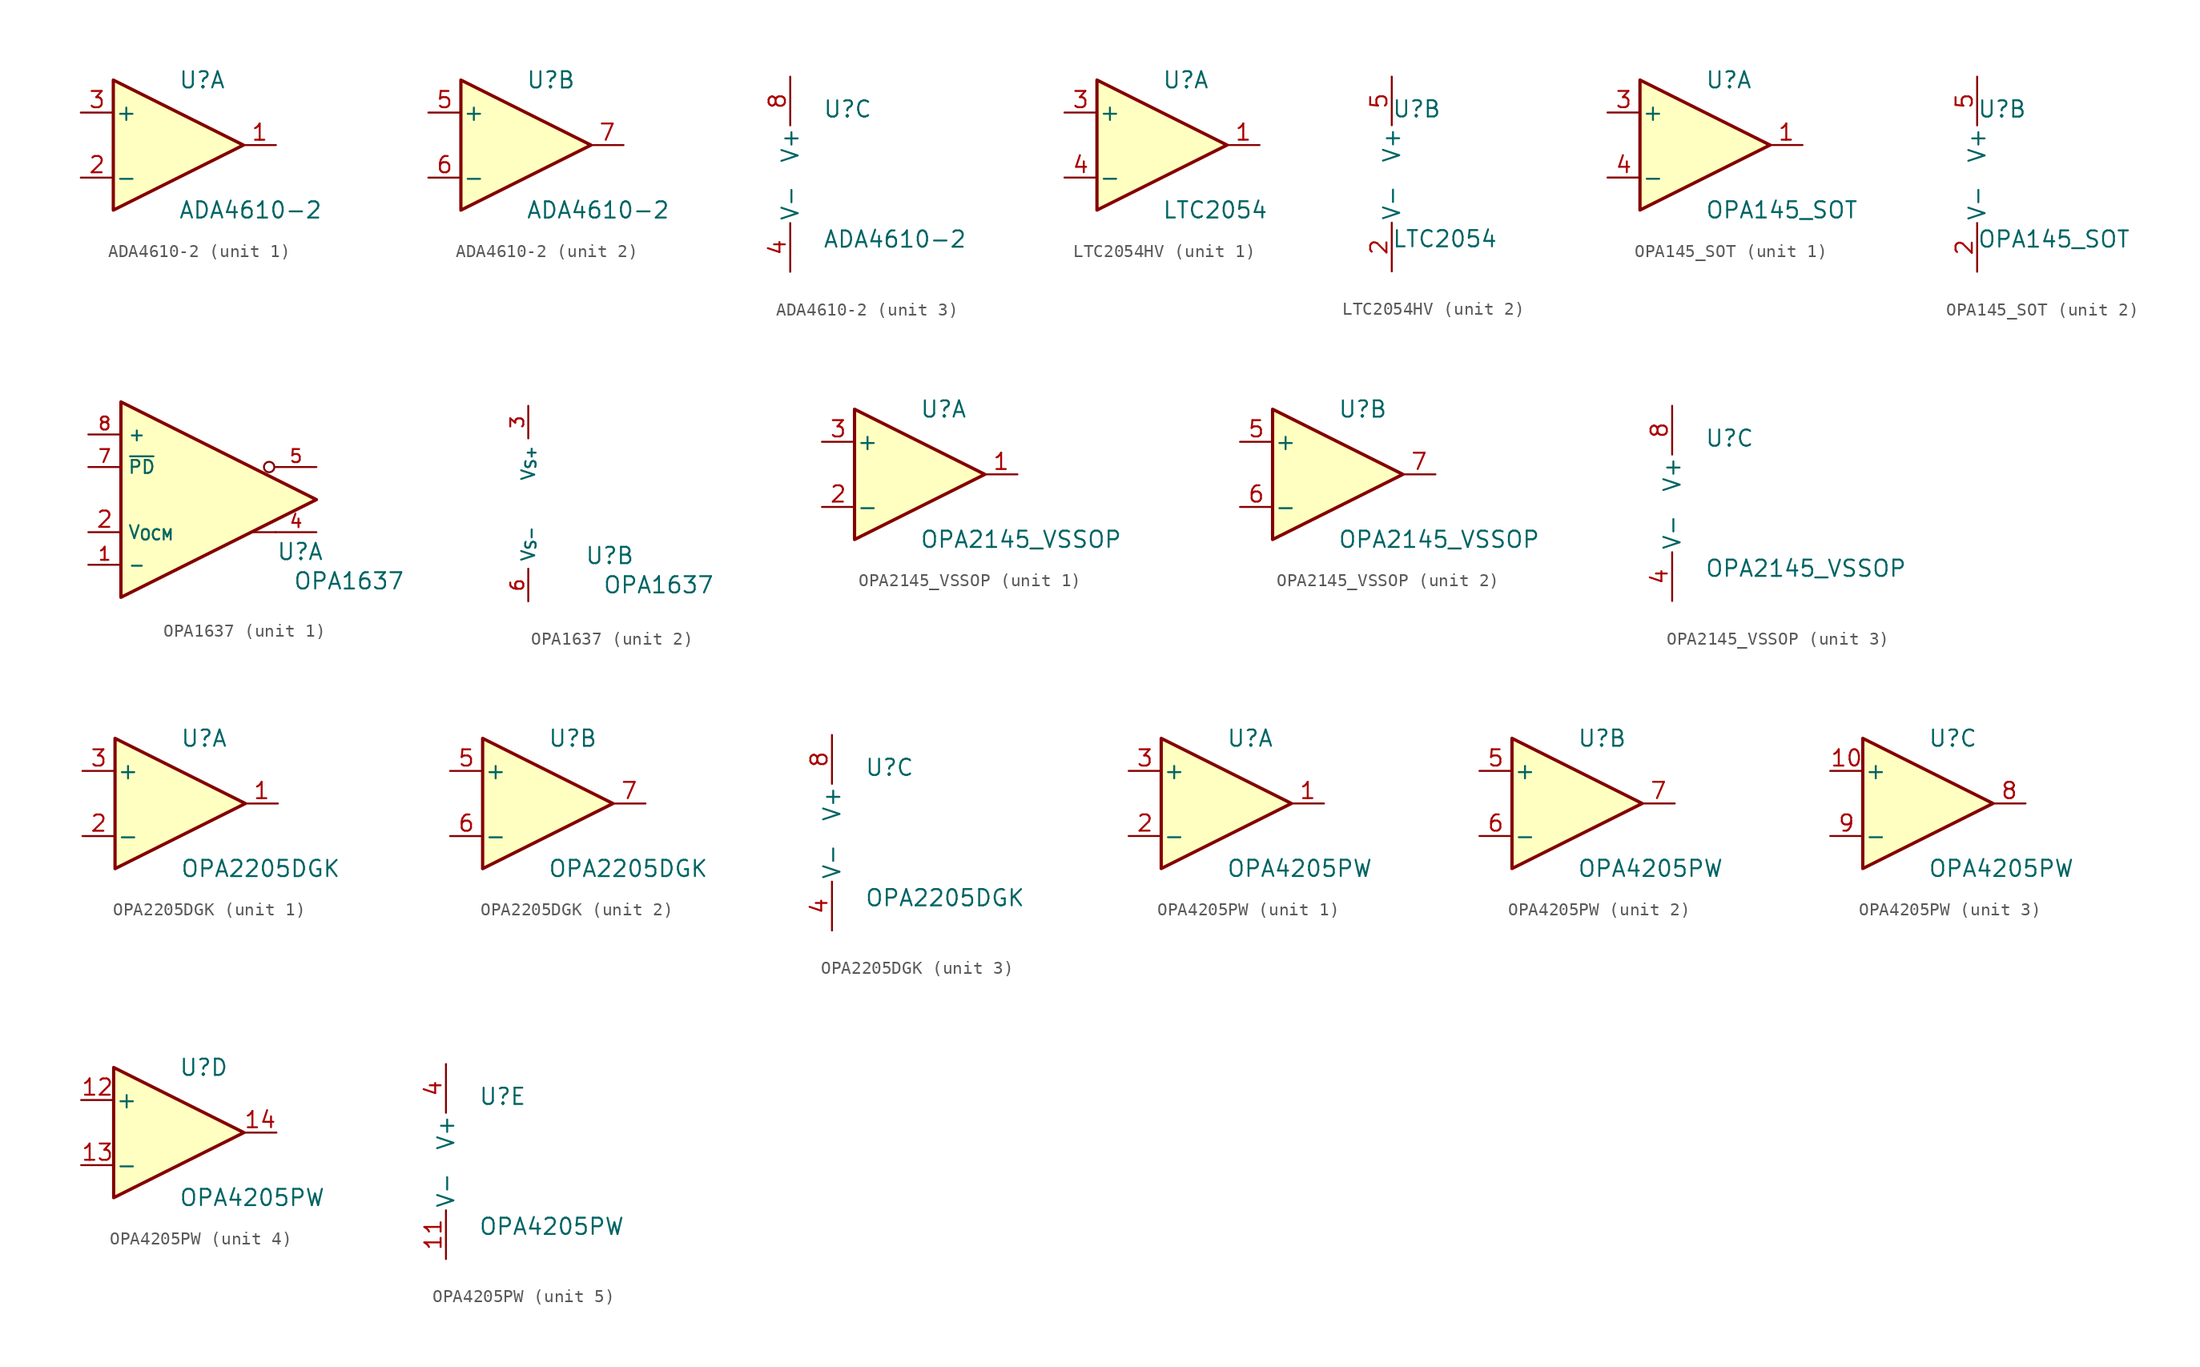
<source format=kicad_sym>
(kicad_symbol_lib
  (version 20241209)
  (generator "kicad_symbol_editor")
  (generator_version "9.0")
  (symbol "ADA4610-2"
    (pin_names
      (offset 0.127))
    (property "Reference" "U"
      (at 0 5.08 0)
      (effects (font (size 1.27 1.27)) (justify left)))
    (property "Value" "ADA4610-2"
      (at 0 -5.08 0)
      (effects (font (size 1.27 1.27)) (justify left)))
    (property "ki_locked" ""
      (at 0 0 0)
      (effects (font (size 1.27 1.27))))
    (symbol "ADA4610-2_1_1"
      (polyline (pts (xy -5.08 5.08) (xy 5.08 0) (xy -5.08 -5.08) (xy -5.08 5.08)) (stroke (width 0.254) (type default)) (fill (type background)))
      (pin input line (at -7.62 2.54 0) (length 2.54) (name "+" (effects (font (size 1.27 1.27)))) (number "3" (effects (font (size 1.27 1.27)))))
      (pin input line (at -7.62 -2.54 0) (length 2.54) (name "-" (effects (font (size 1.27 1.27)))) (number "2" (effects (font (size 1.27 1.27)))))
      (pin output line (at 7.62 0 180) (length 2.54) (name "~" (effects (font (size 1.27 1.27)))) (number "1" (effects (font (size 1.27 1.27))))))
    (symbol "ADA4610-2_2_1"
      (polyline (pts (xy -5.08 5.08) (xy 5.08 0) (xy -5.08 -5.08) (xy -5.08 5.08)) (stroke (width 0.254) (type default)) (fill (type background)))
      (pin input line (at -7.62 2.54 0) (length 2.54) (name "+" (effects (font (size 1.27 1.27)))) (number "5" (effects (font (size 1.27 1.27)))))
      (pin input line (at -7.62 -2.54 0) (length 2.54) (name "-" (effects (font (size 1.27 1.27)))) (number "6" (effects (font (size 1.27 1.27)))))
      (pin output line (at 7.62 0 180) (length 2.54) (name "~" (effects (font (size 1.27 1.27)))) (number "7" (effects (font (size 1.27 1.27))))))
    (symbol "ADA4610-2_3_1"
      (pin power_in line (at -2.54 7.62 270) (length 3.81) (name "V+" (effects (font (size 1.27 1.27)))) (number "8" (effects (font (size 1.27 1.27)))))
      (pin power_in line (at -2.54 -7.62 90) (length 3.81) (name "V-" (effects (font (size 1.27 1.27)))) (number "4" (effects (font (size 1.27 1.27)))))))
  (symbol "LTC2054HV"
    (pin_names
      (offset 0.127))
    (property "Reference" "U"
      (at 0 5.08 0)
      (effects (font (size 1.27 1.27)) (justify left)))
    (property "Value" "LTC2054"
      (at 0 -5.08 0)
      (effects (font (size 1.27 1.27)) (justify left)))
    (property "ki_locked" ""
      (at 0 0 0)
      (effects (font (size 1.27 1.27))))
    (symbol "LTC2054HV_1_1"
      (polyline (pts (xy -5.08 5.08) (xy 5.08 0) (xy -5.08 -5.08) (xy -5.08 5.08)) (stroke (width 0.254) (type default)) (fill (type background)))
      (pin input line (at -7.62 2.54 0) (length 2.54) (name "+" (effects (font (size 1.27 1.27)))) (number "3" (effects (font (size 1.27 1.27)))))
      (pin input line (at -7.62 -2.54 0) (length 2.54) (name "-" (effects (font (size 1.27 1.27)))) (number "4" (effects (font (size 1.27 1.27)))))
      (pin output line (at 7.62 0 180) (length 2.54) (name "~" (effects (font (size 1.27 1.27)))) (number "1" (effects (font (size 1.27 1.27))))))
    (symbol "LTC2054HV_2_1"
      (pin power_in line (at 0 7.62 270) (length 3.81) (name "V+" (effects (font (size 1.27 1.27)))) (number "5" (effects (font (size 1.27 1.27)))))
      (pin power_in line (at 0 -7.62 90) (length 3.81) (name "V-" (effects (font (size 1.27 1.27)))) (number "2" (effects (font (size 1.27 1.27)))))))
  (symbol "OPA145_SOT"
    (pin_names
      (offset 0.127))
    (property "Reference" "U"
      (at 0 5.08 0)
      (effects (font (size 1.27 1.27)) (justify left)))
    (property "Value" "OPA145_SOT"
      (at 0 -5.08 0)
      (effects (font (size 1.27 1.27)) (justify left)))
    (property "ki_locked" ""
      (at 0 0 0)
      (effects (font (size 1.27 1.27))))
    (symbol "OPA145_SOT_1_1"
      (polyline (pts (xy -5.08 5.08) (xy 5.08 0) (xy -5.08 -5.08) (xy -5.08 5.08)) (stroke (width 0.254) (type default)) (fill (type background)))
      (pin input line (at -7.62 2.54 0) (length 2.54) (name "+" (effects (font (size 1.27 1.27)))) (number "3" (effects (font (size 1.27 1.27)))))
      (pin input line (at -7.62 -2.54 0) (length 2.54) (name "-" (effects (font (size 1.27 1.27)))) (number "4" (effects (font (size 1.27 1.27)))))
      (pin output line (at 7.62 0 180) (length 2.54) (name "~" (effects (font (size 1.27 1.27)))) (number "1" (effects (font (size 1.27 1.27))))))
    (symbol "OPA145_SOT_2_1"
      (pin power_in line (at 0 7.62 270) (length 3.81) (name "V+" (effects (font (size 1.27 1.27)))) (number "5" (effects (font (size 1.27 1.27)))))
      (pin power_in line (at 0 -7.62 90) (length 3.81) (name "V-" (effects (font (size 1.27 1.27)))) (number "2" (effects (font (size 1.27 1.27)))))))
  (symbol "OPA1637"
    (property "Reference" "U"
      (at 6.35 -4.064 0)
      (effects (font (size 1.27 1.27))))
    (property "Value" "OPA1637"
      (at 10.16 -6.35 0)
      (effects (font (size 1.27 1.27))))
    (property "ki_locked" ""
      (at 0 0 0)
      (effects (font (size 1.27 1.27))))
    (symbol "OPA1637_1_1"
      (polyline (pts (xy -7.62 7.62) (xy -7.62 -7.62) (xy 7.62 0) (xy -7.62 7.62)) (stroke (width 0.254) (type default)) (fill (type background)))
      (circle (center 3.937 2.54) (radius 0.406) (stroke (width 0) (type default)) (fill (type none)))
      (polyline (pts (xy 4.445 -2.54) (xy 2.54 -2.54)) (stroke (width 0) (type default)) (fill (type none)))
      (pin input line (at -10.16 5.08 0) (length 2.54) (name "+" (effects (font (size 1.016 1.016)))) (number "8" (effects (font (size 1.016 1.016)))))
      (pin input line (at -10.16 2.54 0) (length 2.54) (name "~{PD}" (effects (font (size 1.016 1.016)))) (number "7" (effects (font (size 1.016 1.016)))))
      (pin input line (at -10.16 -2.54 0) (length 2.54) (name "V_{OCM}" (effects (font (size 1.016 1.016)))) (number "2" (effects (font (size 1.27 1.27)))))
      (pin input line (at -10.16 -5.08 0) (length 2.54) (name "-" (effects (font (size 1.016 1.016)))) (number "1" (effects (font (size 1.016 1.016)))))
      (pin output line (at 7.62 2.54 180) (length 3.175) (name "" (effects (font (size 1.016 1.016)))) (number "5" (effects (font (size 1.016 1.016)))))
      (pin output line (at 7.62 -2.54 180) (length 3.175) (name "" (effects (font (size 1.016 1.016)))) (number "4" (effects (font (size 1.016 1.016))))))
    (symbol "OPA1637_2_1"
      (pin power_in line (at 0 7.62 270) (length 2.54) (name "V_{S+}" (effects (font (size 1.016 1.016)))) (number "3" (effects (font (size 1.016 1.016)))))
      (pin power_in line (at 0 -7.62 90) (length 2.54) (name "V_{S-}" (effects (font (size 1.016 1.016)))) (number "6" (effects (font (size 1.016 1.016)))))))
  (symbol "OPA2145_VSSOP"
    (pin_names
      (offset 0.127))
    (property "Reference" "U"
      (at 0 5.08 0)
      (effects (font (size 1.27 1.27)) (justify left)))
    (property "Value" "OPA2145_VSSOP"
      (at 0 -5.08 0)
      (effects (font (size 1.27 1.27)) (justify left)))
    (property "ki_locked" ""
      (at 0 0 0)
      (effects (font (size 1.27 1.27))))
    (symbol "OPA2145_VSSOP_1_1"
      (polyline (pts (xy -5.08 5.08) (xy 5.08 0) (xy -5.08 -5.08) (xy -5.08 5.08)) (stroke (width 0.254) (type default)) (fill (type background)))
      (pin input line (at -7.62 2.54 0) (length 2.54) (name "+" (effects (font (size 1.27 1.27)))) (number "3" (effects (font (size 1.27 1.27)))))
      (pin input line (at -7.62 -2.54 0) (length 2.54) (name "-" (effects (font (size 1.27 1.27)))) (number "2" (effects (font (size 1.27 1.27)))))
      (pin output line (at 7.62 0 180) (length 2.54) (name "~" (effects (font (size 1.27 1.27)))) (number "1" (effects (font (size 1.27 1.27))))))
    (symbol "OPA2145_VSSOP_2_1"
      (polyline (pts (xy -5.08 5.08) (xy 5.08 0) (xy -5.08 -5.08) (xy -5.08 5.08)) (stroke (width 0.254) (type default)) (fill (type background)))
      (pin input line (at -7.62 2.54 0) (length 2.54) (name "+" (effects (font (size 1.27 1.27)))) (number "5" (effects (font (size 1.27 1.27)))))
      (pin input line (at -7.62 -2.54 0) (length 2.54) (name "-" (effects (font (size 1.27 1.27)))) (number "6" (effects (font (size 1.27 1.27)))))
      (pin output line (at 7.62 0 180) (length 2.54) (name "~" (effects (font (size 1.27 1.27)))) (number "7" (effects (font (size 1.27 1.27))))))
    (symbol "OPA2145_VSSOP_3_1"
      (pin power_in line (at -2.54 7.62 270) (length 3.81) (name "V+" (effects (font (size 1.27 1.27)))) (number "8" (effects (font (size 1.27 1.27)))))
      (pin power_in line (at -2.54 -7.62 90) (length 3.81) (name "V-" (effects (font (size 1.27 1.27)))) (number "4" (effects (font (size 1.27 1.27)))))))
  (symbol "OPA2205DGK"
    (pin_names
      (offset 0.127))
    (property "Reference" "U"
      (at 0 5.08 0)
      (effects (font (size 1.27 1.27)) (justify left)))
    (property "Value" "OPA2205DGK"
      (at 0 -5.08 0)
      (effects (font (size 1.27 1.27)) (justify left)))
    (property "ki_locked" ""
      (at 0 0 0)
      (effects (font (size 1.27 1.27))))
    (symbol "OPA2205DGK_1_1"
      (polyline (pts (xy -5.08 5.08) (xy 5.08 0) (xy -5.08 -5.08) (xy -5.08 5.08)) (stroke (width 0.254) (type default)) (fill (type background)))
      (pin input line (at -7.62 2.54 0) (length 2.54) (name "+" (effects (font (size 1.27 1.27)))) (number "3" (effects (font (size 1.27 1.27)))))
      (pin input line (at -7.62 -2.54 0) (length 2.54) (name "-" (effects (font (size 1.27 1.27)))) (number "2" (effects (font (size 1.27 1.27)))))
      (pin output line (at 7.62 0 180) (length 2.54) (name "~" (effects (font (size 1.27 1.27)))) (number "1" (effects (font (size 1.27 1.27))))))
    (symbol "OPA2205DGK_2_1"
      (polyline (pts (xy -5.08 5.08) (xy 5.08 0) (xy -5.08 -5.08) (xy -5.08 5.08)) (stroke (width 0.254) (type default)) (fill (type background)))
      (pin input line (at -7.62 2.54 0) (length 2.54) (name "+" (effects (font (size 1.27 1.27)))) (number "5" (effects (font (size 1.27 1.27)))))
      (pin input line (at -7.62 -2.54 0) (length 2.54) (name "-" (effects (font (size 1.27 1.27)))) (number "6" (effects (font (size 1.27 1.27)))))
      (pin output line (at 7.62 0 180) (length 2.54) (name "~" (effects (font (size 1.27 1.27)))) (number "7" (effects (font (size 1.27 1.27))))))
    (symbol "OPA2205DGK_3_1"
      (pin power_in line (at -2.54 7.62 270) (length 3.81) (name "V+" (effects (font (size 1.27 1.27)))) (number "8" (effects (font (size 1.27 1.27)))))
      (pin power_in line (at -2.54 -7.62 90) (length 3.81) (name "V-" (effects (font (size 1.27 1.27)))) (number "4" (effects (font (size 1.27 1.27)))))))
  (symbol "OPA4205PW"
    (pin_names
      (offset 0.127))
    (property "Reference" "U"
      (at 0 5.08 0)
      (effects (font (size 1.27 1.27)) (justify left)))
    (property "Value" "OPA4205PW"
      (at 0 -5.08 0)
      (effects (font (size 1.27 1.27)) (justify left)))
    (property "ki_locked" ""
      (at 0 0 0)
      (effects (font (size 1.27 1.27))))
    (symbol "OPA4205PW_1_1"
      (polyline (pts (xy -5.08 5.08) (xy 5.08 0) (xy -5.08 -5.08) (xy -5.08 5.08)) (stroke (width 0.254) (type default)) (fill (type background)))
      (pin input line (at -7.62 2.54 0) (length 2.54) (name "+" (effects (font (size 1.27 1.27)))) (number "3" (effects (font (size 1.27 1.27)))))
      (pin input line (at -7.62 -2.54 0) (length 2.54) (name "-" (effects (font (size 1.27 1.27)))) (number "2" (effects (font (size 1.27 1.27)))))
      (pin output line (at 7.62 0 180) (length 2.54) (name "~" (effects (font (size 1.27 1.27)))) (number "1" (effects (font (size 1.27 1.27))))))
    (symbol "OPA4205PW_2_1"
      (polyline (pts (xy -5.08 5.08) (xy 5.08 0) (xy -5.08 -5.08) (xy -5.08 5.08)) (stroke (width 0.254) (type default)) (fill (type background)))
      (pin input line (at -7.62 2.54 0) (length 2.54) (name "+" (effects (font (size 1.27 1.27)))) (number "5" (effects (font (size 1.27 1.27)))))
      (pin input line (at -7.62 -2.54 0) (length 2.54) (name "-" (effects (font (size 1.27 1.27)))) (number "6" (effects (font (size 1.27 1.27)))))
      (pin output line (at 7.62 0 180) (length 2.54) (name "~" (effects (font (size 1.27 1.27)))) (number "7" (effects (font (size 1.27 1.27))))))
    (symbol "OPA4205PW_3_1"
      (polyline (pts (xy -5.08 5.08) (xy 5.08 0) (xy -5.08 -5.08) (xy -5.08 5.08)) (stroke (width 0.254) (type default)) (fill (type background)))
      (pin input line (at -7.62 2.54 0) (length 2.54) (name "+" (effects (font (size 1.27 1.27)))) (number "10" (effects (font (size 1.27 1.27)))))
      (pin input line (at -7.62 -2.54 0) (length 2.54) (name "-" (effects (font (size 1.27 1.27)))) (number "9" (effects (font (size 1.27 1.27)))))
      (pin output line (at 7.62 0 180) (length 2.54) (name "~" (effects (font (size 1.27 1.27)))) (number "8" (effects (font (size 1.27 1.27))))))
    (symbol "OPA4205PW_4_1"
      (polyline (pts (xy -5.08 5.08) (xy 5.08 0) (xy -5.08 -5.08) (xy -5.08 5.08)) (stroke (width 0.254) (type default)) (fill (type background)))
      (pin input line (at -7.62 2.54 0) (length 2.54) (name "+" (effects (font (size 1.27 1.27)))) (number "12" (effects (font (size 1.27 1.27)))))
      (pin input line (at -7.62 -2.54 0) (length 2.54) (name "-" (effects (font (size 1.27 1.27)))) (number "13" (effects (font (size 1.27 1.27)))))
      (pin output line (at 7.62 0 180) (length 2.54) (name "~" (effects (font (size 1.27 1.27)))) (number "14" (effects (font (size 1.27 1.27))))))
    (symbol "OPA4205PW_5_1"
      (pin power_in line (at -2.54 7.62 270) (length 3.81) (name "V+" (effects (font (size 1.27 1.27)))) (number "4" (effects (font (size 1.27 1.27)))))
      (pin power_in line (at -2.54 -7.62 90) (length 3.81) (name "V-" (effects (font (size 1.27 1.27)))) (number "11" (effects (font (size 1.27 1.27))))))))
</source>
